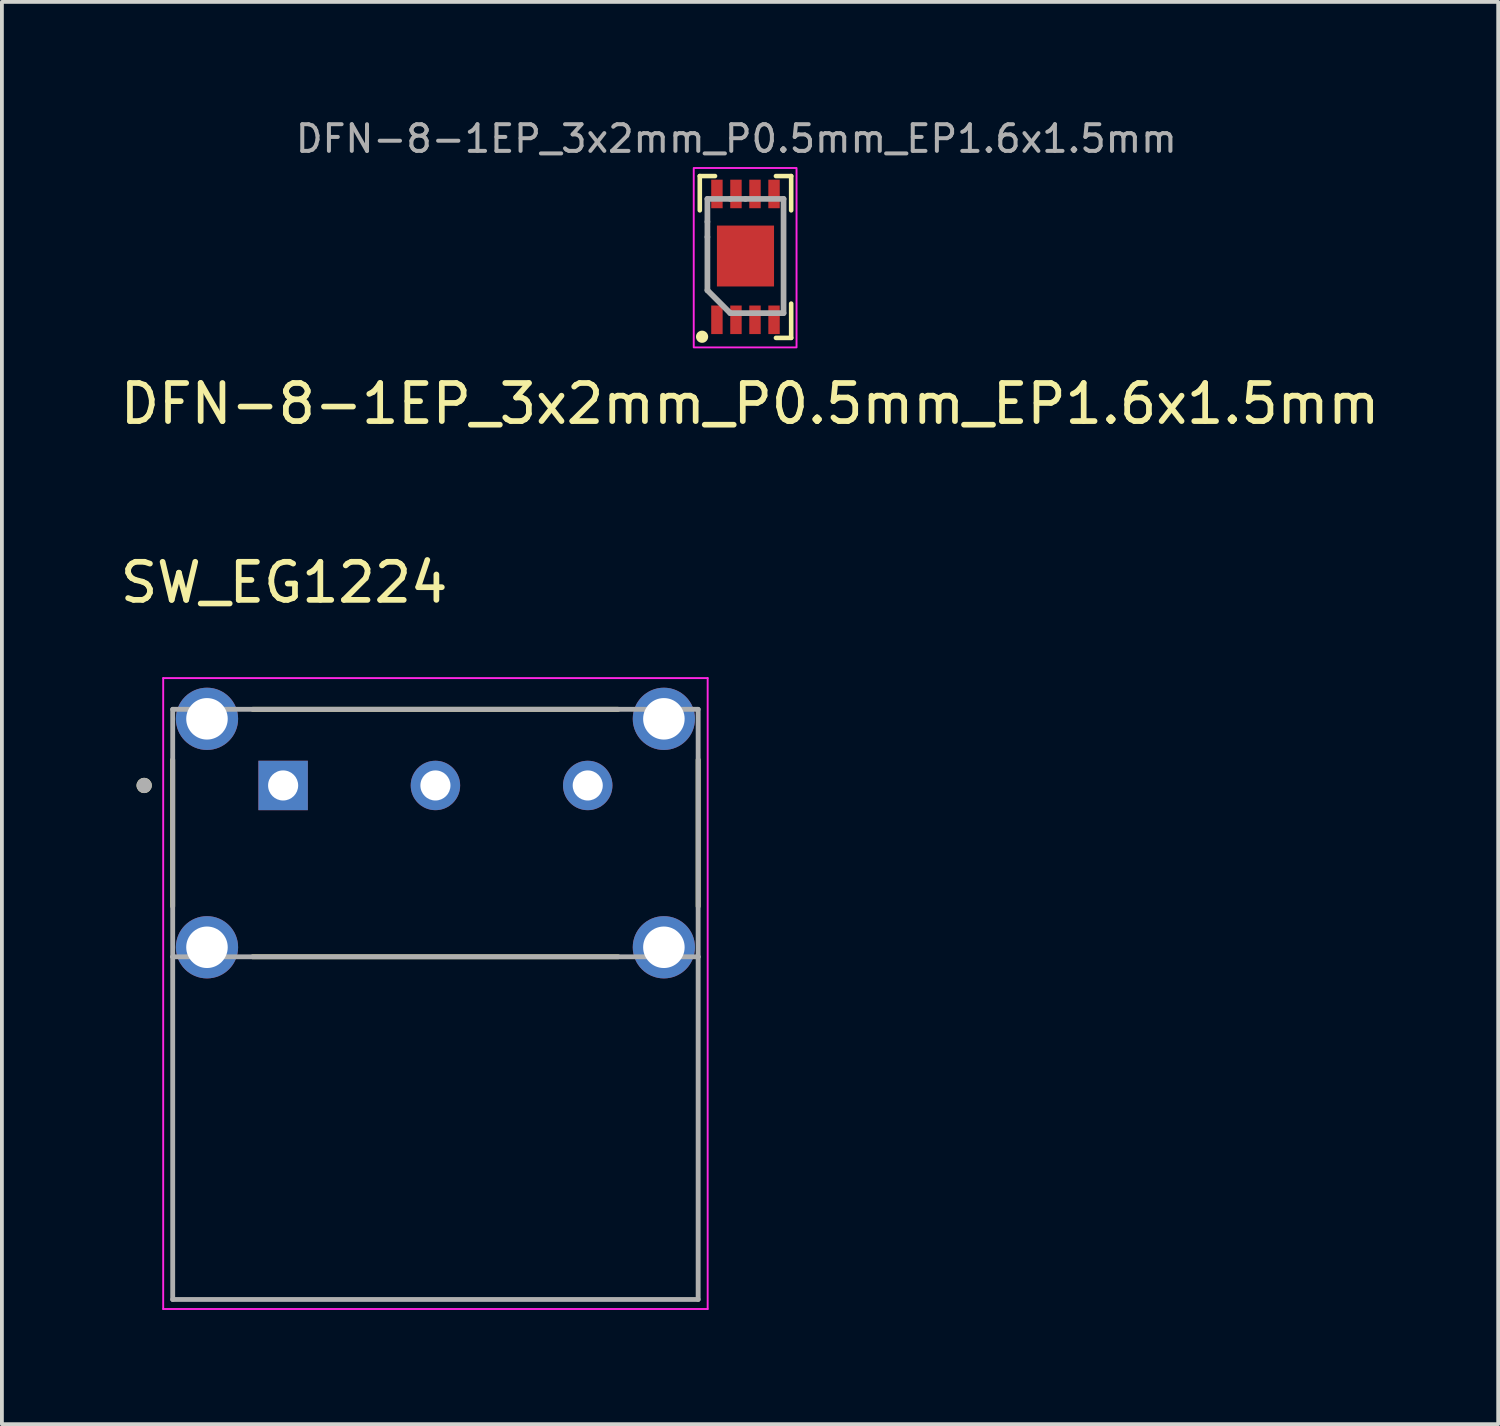
<source format=kicad_pcb>
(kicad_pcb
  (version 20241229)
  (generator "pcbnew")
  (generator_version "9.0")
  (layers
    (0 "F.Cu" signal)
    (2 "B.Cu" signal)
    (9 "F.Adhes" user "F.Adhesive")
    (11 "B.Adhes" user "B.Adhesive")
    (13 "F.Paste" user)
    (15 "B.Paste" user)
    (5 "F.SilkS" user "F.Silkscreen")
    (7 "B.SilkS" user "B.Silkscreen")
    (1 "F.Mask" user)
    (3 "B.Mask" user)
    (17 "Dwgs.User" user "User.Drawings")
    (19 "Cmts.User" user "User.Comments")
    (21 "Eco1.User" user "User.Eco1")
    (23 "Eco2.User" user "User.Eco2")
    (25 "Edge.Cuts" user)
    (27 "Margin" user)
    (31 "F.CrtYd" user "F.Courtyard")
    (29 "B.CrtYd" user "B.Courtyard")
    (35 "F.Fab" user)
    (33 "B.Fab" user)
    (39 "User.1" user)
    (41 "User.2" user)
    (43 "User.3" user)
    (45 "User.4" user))
  (footprint "SW_EG1224"
    (layer "F.Cu")
    (at 8.386 18.829)
    (property "Reference" "SW_EG1224" (at -3.975 -6.579 0) (layer "F.SilkS") (effects (font (size 1 1) (thickness 0.15))))
    (attr through_hole)
    (fp_line (start -6.9 -1.926) (end -6.9 1.926) (stroke (width 0.127) (type solid)) (layer "F.SilkS"))
    (fp_line (start -4.8 -3.25) (end 4.8 -3.25) (stroke (width 0.127) (type solid)) (layer "F.SilkS"))
    (fp_line (start -4.8 3.25) (end 4.8 3.25) (stroke (width 0.127) (type solid)) (layer "F.SilkS"))
    (fp_line (start 6.9 -1.926) (end 6.9 1.926) (stroke (width 0.127) (type solid)) (layer "F.SilkS"))
    (fp_circle (center -7.65 -1.25) (end -7.55 -1.25) (stroke (width 0.2) (type solid)) (fill no) (layer "F.SilkS"))
    (fp_line (start -7.15 -4.07) (end -7.15 12.5) (stroke (width 0.05) (type solid)) (layer "F.CrtYd"))
    (fp_line (start -7.15 12.5) (end 7.15 12.5) (stroke (width 0.05) (type solid)) (layer "F.CrtYd"))
    (fp_line (start 7.15 -4.07) (end -7.15 -4.07) (stroke (width 0.05) (type solid)) (layer "F.CrtYd"))
    (fp_line (start 7.15 12.5) (end 7.15 -4.07) (stroke (width 0.05) (type solid)) (layer "F.CrtYd"))
    (fp_line (start -6.9 -3.25) (end 6.9 -3.25) (stroke (width 0.127) (type solid)) (layer "F.Fab"))
    (fp_line (start -6.9 3.25) (end -6.9 -3.25) (stroke (width 0.127) (type solid)) (layer "F.Fab"))
    (fp_line (start -6.9 12.25) (end -6.9 3.25) (stroke (width 0.127) (type solid)) (layer "F.Fab"))
    (fp_line (start 6.9 -3.25) (end 6.9 3.25) (stroke (width 0.127) (type solid)) (layer "F.Fab"))
    (fp_line (start 6.9 3.25) (end -6.9 3.25) (stroke (width 0.127) (type solid)) (layer "F.Fab"))
    (fp_line (start 6.9 3.25) (end 6.9 12.25) (stroke (width 0.127) (type solid)) (layer "F.Fab"))
    (fp_line (start 6.9 12.25) (end -6.9 12.25) (stroke (width 0.127) (type solid)) (layer "F.Fab"))
    (fp_circle (center -7.65 -1.25) (end -7.55 -1.25) (stroke (width 0.2) (type solid)) (fill no) (layer "F.Fab"))
    (pad "1" thru_hole rect (at -4 -1.25) (size 1.298 1.298) (drill 0.79) (layers "*.Cu" "*.Mask"))
    (pad "2" thru_hole circle (at 0 -1.25) (size 1.298 1.298) (drill 0.79) (layers "*.Cu" "*.Mask"))
    (pad "3" thru_hole circle (at 4 -1.25) (size 1.298 1.298) (drill 0.79) (layers "*.Cu" "*.Mask"))
    (pad "S1" thru_hole circle (at -6 3) (size 1.635 1.635) (drill 1.09) (layers "*.Cu" "*.Mask"))
    (pad "S2" thru_hole circle (at 6 3) (size 1.635 1.635) (drill 1.09) (layers "*.Cu" "*.Mask"))
    (pad "S3" thru_hole circle (at 6 -3) (size 1.635 1.635) (drill 1.09) (layers "*.Cu" "*.Mask"))
    (pad "S4" thru_hole circle (at -6 -3) (size 1.635 1.635) (drill 1.09) (layers "*.Cu" "*.Mask")))
  (footprint "DFN-8-1EP_3x2mm_P0.5mm_EP1.6x1.5mm"
    (layer "F.Cu")
    (at 15.509 2.174)
    (property "Reference" "DFN-8-1EP_3x2mm_P0.5mm_EP1.6x1.5mm" (at 1.14 5.38 0) (unlocked yes) (layer "F.SilkS") (effects (font (size 1 1) (thickness 0.15))))
    (attr smd)
    (fp_line (start -0.18 -0.6) (end -0.18 0.3) (stroke (width 0.12) (type solid)) (layer "F.SilkS"))
    (fp_line (start 0.22 -0.6) (end -0.18 -0.6) (stroke (width 0.12) (type solid)) (layer "F.SilkS"))
    (fp_line (start 1.82 -0.6) (end 2.22 -0.6) (stroke (width 0.12) (type solid)) (layer "F.SilkS"))
    (fp_line (start 1.82 3.65) (end 2.22 3.65) (stroke (width 0.12) (type solid)) (layer "F.SilkS"))
    (fp_line (start 2.22 -0.6) (end 2.22 0.3) (stroke (width 0.12) (type solid)) (layer "F.SilkS"))
    (fp_line (start 2.22 3.65) (end 2.22 2.75) (stroke (width 0.12) (type solid)) (layer "F.SilkS"))
    (fp_circle (center -0.12 3.62) (end -0.22 3.62) (stroke (width 0.12) (type solid)) (fill yes) (layer "F.SilkS"))
    (fp_rect (start 2.361 -0.812) (end -0.339 3.9) (stroke (width 0.05) (type solid)) (fill no) (layer "F.CrtYd"))
    (fp_line (start 0.02 0) (end 0.02 0.6) (stroke (width 0.15) (type solid)) (layer "F.Fab"))
    (fp_line (start 0.02 0.6) (end 0.02 1) (stroke (width 0.15) (type solid)) (layer "F.Fab"))
    (fp_line (start 0.02 1) (end 0.02 2.4) (stroke (width 0.15) (type solid)) (layer "F.Fab"))
    (fp_line (start 0.02 2.4) (end 0.62 3) (stroke (width 0.15) (type solid)) (layer "F.Fab"))
    (fp_line (start 0.62 0) (end 0.02 0) (stroke (width 0.15) (type solid)) (layer "F.Fab"))
    (fp_line (start 0.62 3) (end 2.02 3) (stroke (width 0.15) (type solid)) (layer "F.Fab"))
    (fp_line (start 1.02 0) (end 0.62 0) (stroke (width 0.15) (type solid)) (layer "F.Fab"))
    (fp_line (start 2.02 0) (end 1.02 0) (stroke (width 0.15) (type solid)) (layer "F.Fab"))
    (fp_line (start 2.02 3) (end 2.02 0) (stroke (width 0.15) (type solid)) (layer "F.Fab"))
    (fp_text user "${REFERENCE}" (at 0.78 -1.58 0) (layer "F.Fab") (effects (font (size 0.7 0.7) (thickness 0.105))))
    (pad "1" smd rect (at 0.27 3.175 90) (size 0.75 0.3) (layers "F.Cu" "F.Mask" "F.Paste"))
    (pad "2" smd rect (at 0.77 3.175 90) (size 0.75 0.3) (layers "F.Cu" "F.Mask" "F.Paste"))
    (pad "3" smd rect (at 1.27 3.175 90) (size 0.75 0.3) (layers "F.Cu" "F.Mask" "F.Paste"))
    (pad "4" smd rect (at 1.77 3.175 90) (size 0.75 0.3) (layers "F.Cu" "F.Mask" "F.Paste"))
    (pad "5" smd rect (at 1.77 -0.13 90) (size 0.75 0.3) (layers "F.Cu" "F.Mask" "F.Paste"))
    (pad "6" smd rect (at 1.27 -0.13 90) (size 0.75 0.3) (layers "F.Cu" "F.Mask" "F.Paste"))
    (pad "7" smd rect (at 0.77 -0.13 90) (size 0.75 0.3) (layers "F.Cu" "F.Mask" "F.Paste"))
    (pad "8" smd rect (at 0.27 -0.13 90) (size 0.75 0.3) (layers "F.Cu" "F.Mask" "F.Paste"))
    (pad "9" smd rect (at 1.02 1.5) (size 1.5 1.6) (layers "F.Cu" "F.Mask" "F.Paste")))
  (gr_rect
    (start -3 -3)
    (end 36.298 34.354)
    (stroke (width 0.1) (type default))
    (fill no)
    (layer "Edge.Cuts")))
</source>
